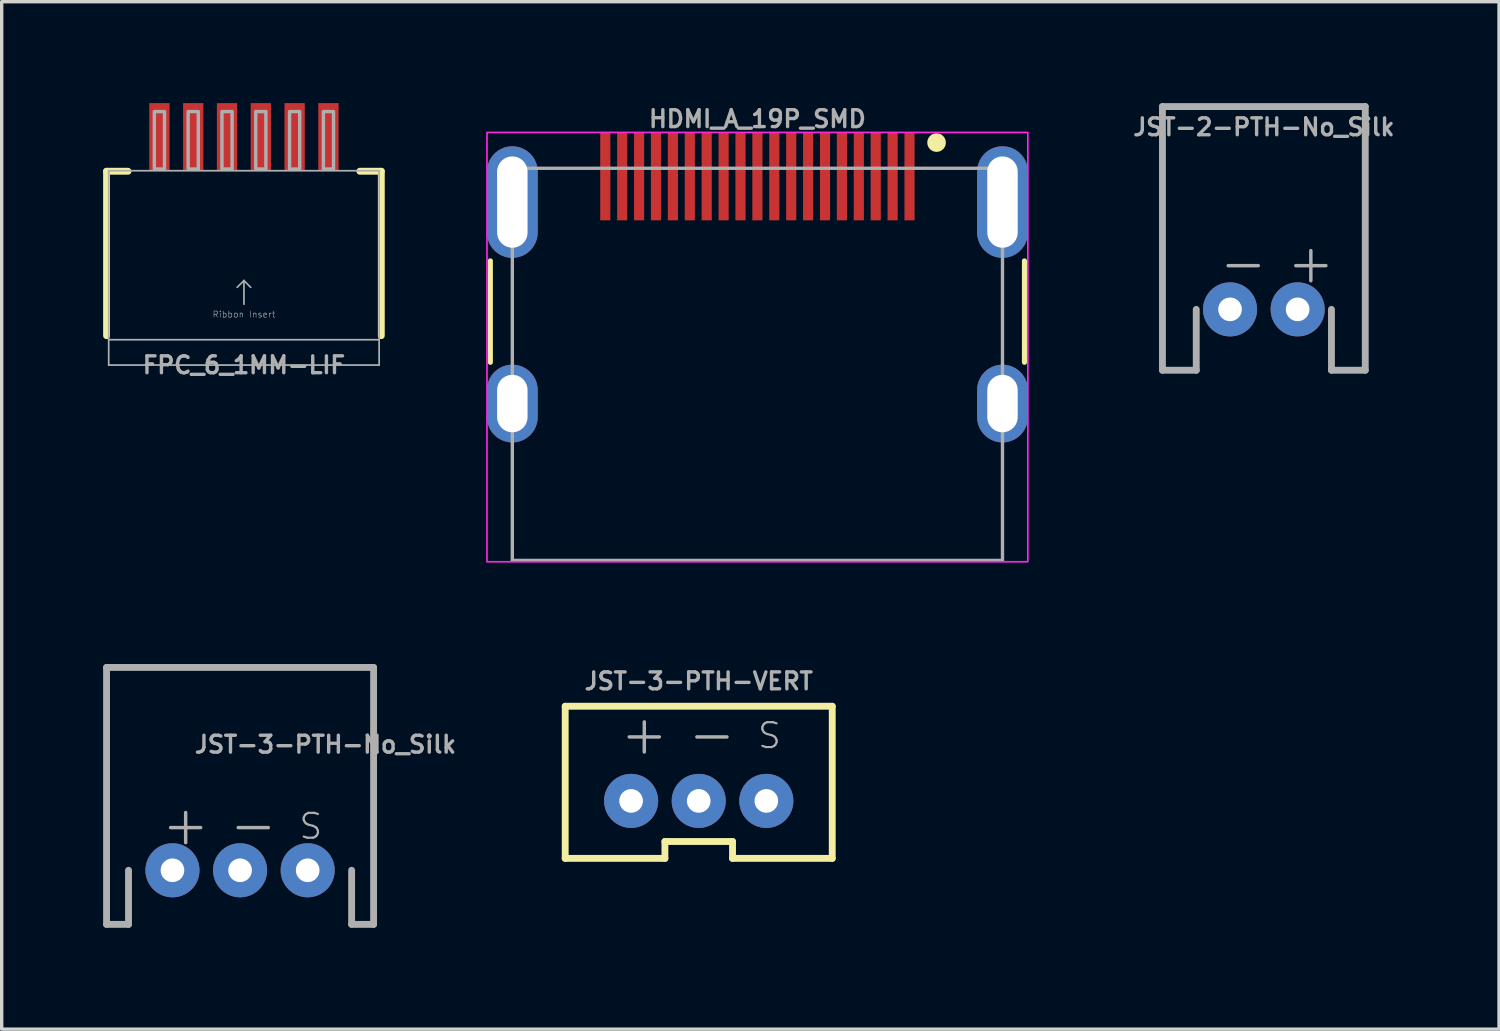
<source format=kicad_pcb>
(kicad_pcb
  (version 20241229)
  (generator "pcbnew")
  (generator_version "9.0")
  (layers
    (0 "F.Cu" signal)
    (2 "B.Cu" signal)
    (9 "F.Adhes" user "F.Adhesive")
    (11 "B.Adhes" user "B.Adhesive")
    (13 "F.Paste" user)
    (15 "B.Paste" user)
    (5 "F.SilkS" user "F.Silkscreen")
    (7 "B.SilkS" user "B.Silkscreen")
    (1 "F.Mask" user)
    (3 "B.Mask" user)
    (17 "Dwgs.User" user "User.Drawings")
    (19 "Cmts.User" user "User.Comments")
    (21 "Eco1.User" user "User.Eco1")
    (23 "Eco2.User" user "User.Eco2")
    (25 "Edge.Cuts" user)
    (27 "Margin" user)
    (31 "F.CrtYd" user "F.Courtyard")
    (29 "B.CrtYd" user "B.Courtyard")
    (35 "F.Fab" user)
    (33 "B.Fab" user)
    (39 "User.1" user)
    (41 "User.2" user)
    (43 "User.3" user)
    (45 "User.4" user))
  (footprint "FPC_6_1MM-LIF"
    (layer "F.Cu")
    (at 4.166 4)
    (property "Reference" "FPC_6_1MM-LIF" (at 0 3.75 0) (layer "F.Fab") (effects (font (size 0.5 0.5) (thickness 0.1) (bold yes))))
    (fp_line (start -4.064 -1.984) (end -4.064 2.88) (stroke (width 0.203) (type solid)) (layer "F.SilkS"))
    (fp_line (start -3.429 -1.984) (end -4.064 -1.984) (stroke (width 0.203) (type solid)) (layer "F.SilkS"))
    (fp_line (start 4.064 -1.984) (end 3.429 -1.984) (stroke (width 0.203) (type solid)) (layer "F.SilkS"))
    (fp_line (start 4.064 -1.984) (end 4.064 2.88) (stroke (width 0.203) (type solid)) (layer "F.SilkS"))
    (fp_line (start -4 -2) (end 4 -2) (stroke (width 0.051) (type solid)) (layer "F.Fab"))
    (fp_line (start -4 3) (end -4 -2) (stroke (width 0.051) (type solid)) (layer "F.Fab"))
    (fp_line (start -4 3) (end 4 3) (stroke (width 0.051) (type solid)) (layer "F.Fab"))
    (fp_line (start -4 3.75) (end -4 3) (stroke (width 0.051) (type solid)) (layer "F.Fab"))
    (fp_line (start 0 1.25) (end -0.2 1.45) (stroke (width 0.05) (type solid)) (layer "F.Fab"))
    (fp_line (start 0 1.25) (end 0.2 1.45) (stroke (width 0.05) (type solid)) (layer "F.Fab"))
    (fp_line (start 0 1.95) (end 0 1.25) (stroke (width 0.05) (type solid)) (layer "F.Fab"))
    (fp_line (start 4 -2) (end 4 3) (stroke (width 0.051) (type solid)) (layer "F.Fab"))
    (fp_line (start 4 3) (end 4 3.75) (stroke (width 0.051) (type solid)) (layer "F.Fab"))
    (fp_line (start 4 3.75) (end -4 3.75) (stroke (width 0.051) (type solid)) (layer "F.Fab"))
    (fp_poly (pts (xy -2.65 -2.05) (xy -2.35 -2.05) (xy -2.35 -3.75) (xy -2.65 -3.75)) (stroke (width 0.1) (type default)) (fill no) (layer "F.Fab"))
    (fp_poly (pts (xy -1.65 -2.05) (xy -1.35 -2.05) (xy -1.35 -3.75) (xy -1.65 -3.75)) (stroke (width 0.1) (type default)) (fill no) (layer "F.Fab"))
    (fp_poly (pts (xy -0.65 -2.05) (xy -0.35 -2.05) (xy -0.35 -3.75) (xy -0.65 -3.75)) (stroke (width 0.1) (type default)) (fill no) (layer "F.Fab"))
    (fp_poly (pts (xy 0.35 -2.05) (xy 0.65 -2.05) (xy 0.65 -3.75) (xy 0.35 -3.75)) (stroke (width 0.1) (type default)) (fill no) (layer "F.Fab"))
    (fp_poly (pts (xy 1.35 -2.05) (xy 1.65 -2.05) (xy 1.65 -3.75) (xy 1.35 -3.75)) (stroke (width 0.1) (type default)) (fill no) (layer "F.Fab"))
    (fp_poly (pts (xy 2.35 -2.05) (xy 2.65 -2.05) (xy 2.65 -3.75) (xy 2.35 -3.75)) (stroke (width 0.1) (type default)) (fill no) (layer "F.Fab"))
    (fp_text user "Ribbon Insert" (at 0 2.25 0) (layer "F.Fab") (effects (font (size 0.184 0.184) (thickness 0.016))))
    (pad "1" smd rect (at -2.5 -3 90) (size 2 0.6) (layers "F.Cu" "F.Mask" "F.Paste"))
    (pad "2" smd rect (at -1.5 -3 90) (size 2 0.6) (layers "F.Cu" "F.Mask" "F.Paste"))
    (pad "3" smd rect (at -0.5 -3 90) (size 2 0.6) (layers "F.Cu" "F.Mask" "F.Paste"))
    (pad "4" smd rect (at 0.5 -3 90) (size 2 0.6) (layers "F.Cu" "F.Mask" "F.Paste"))
    (pad "5" smd rect (at 1.5 -3 90) (size 2 0.6) (layers "F.Cu" "F.Mask" "F.Paste"))
    (pad "6" smd rect (at 2.5 -3 90) (size 2 0.6) (layers "F.Cu" "F.Mask" "F.Paste")))
  (footprint "JST-3-PTH-VERT"
    (layer "F.Cu")
    (at 17.62 20.093)
    (property "Reference" "JST-3-PTH-VERT" (at 0 -2.7 0) (layer "F.Fab") (effects (font (size 0.5 0.5) (thickness 0.1)) (justify bottom)))
    (fp_line (start -3.95 -2.25) (end 3.95 -2.25) (stroke (width 0.203) (type solid)) (layer "F.SilkS"))
    (fp_line (start -3.95 2.25) (end -3.95 -2.25) (stroke (width 0.203) (type solid)) (layer "F.SilkS"))
    (fp_line (start -1 1.75) (end -1 2.25) (stroke (width 0.203) (type solid)) (layer "F.SilkS"))
    (fp_line (start -1 1.75) (end 1 1.75) (stroke (width 0.203) (type solid)) (layer "F.SilkS"))
    (fp_line (start -1 2.25) (end -3.95 2.25) (stroke (width 0.203) (type solid)) (layer "F.SilkS"))
    (fp_line (start 1 1.75) (end 1 2.25) (stroke (width 0.203) (type solid)) (layer "F.SilkS"))
    (fp_line (start 3.95 -2.25) (end 3.95 2.25) (stroke (width 0.203) (type solid)) (layer "F.SilkS"))
    (fp_line (start 3.95 2.25) (end 1 2.25) (stroke (width 0.203) (type solid)) (layer "F.SilkS"))
    (fp_text user "S" (at 1.7 -0.95 0) (layer "F.Fab") (effects (font (size 0.736 0.736) (thickness 0.064)) (justify left bottom)))
    (fp_text user "-" (at -0.4 -0.75 0) (layer "F.Fab") (effects (font (size 1.168 1.168) (thickness 0.102)) (justify left bottom)))
    (fp_text user "+" (at -2.4 -0.75 0) (layer "F.Fab") (effects (font (size 1.168 1.168) (thickness 0.102)) (justify left bottom)))
    (pad "1" thru_hole circle (at -2 0.55) (size 1.6 1.6) (drill 0.7) (layers "*.Cu" "*.Mask"))
    (pad "2" thru_hole circle (at 0 0.55) (size 1.6 1.6) (drill 0.7) (layers "*.Cu" "*.Mask"))
    (pad "3" thru_hole circle (at 2 0.55) (size 1.6 1.6) (drill 0.7) (layers "*.Cu" "*.Mask")))
  (footprint "HDMI_A_19P_SMD"
    (layer "F.Cu")
    (at 19.356 2.168)
    (property "Reference" "HDMI_A_19P_SMD" (at 0 -1.7 0) (unlocked yes) (layer "F.Fab") (effects (font (size 0.5 0.5) (thickness 0.1))))
    (attr smd)
    (fp_line (start -7.9 2.5) (end -7.9 5.5) (stroke (width 0.15) (type default)) (layer "F.SilkS"))
    (fp_line (start 7.9 2.5) (end 7.9 5.5) (stroke (width 0.15) (type default)) (layer "F.SilkS"))
    (fp_circle (center 5.3 -1) (end 5.5 -1) (stroke (width 0.15) (type solid)) (fill yes) (layer "F.SilkS"))
    (fp_rect (start -8 -1.3) (end 8 11.4) (stroke (width 0.05) (type default)) (fill no) (layer "F.CrtYd"))
    (fp_line (start -7.25 -0.24) (end 7.25 -0.24) (stroke (width 0.1) (type default)) (layer "F.Fab"))
    (fp_line (start -7.25 11.36) (end -7.25 -0.24) (stroke (width 0.1) (type default)) (layer "F.Fab"))
    (fp_line (start -7.25 11.36) (end 7.25 11.36) (stroke (width 0.1) (type default)) (layer "F.Fab"))
    (fp_line (start 7.25 -0.24) (end 7.25 11.36) (stroke (width 0.1) (type default)) (layer "F.Fab"))
    (pad "1" smd rect (at 4.5 0 180) (size 0.3 2.6) (layers "F.Cu" "F.Mask" "F.Paste"))
    (pad "2" smd rect (at 4 0 180) (size 0.3 2.6) (layers "F.Cu" "F.Mask" "F.Paste"))
    (pad "3" smd rect (at 3.5 0 180) (size 0.3 2.6) (layers "F.Cu" "F.Mask" "F.Paste"))
    (pad "4" smd rect (at 3 0 180) (size 0.3 2.6) (layers "F.Cu" "F.Mask" "F.Paste"))
    (pad "5" smd rect (at 2.5 0 180) (size 0.3 2.6) (layers "F.Cu" "F.Mask" "F.Paste"))
    (pad "6" smd rect (at 2 0 180) (size 0.3 2.6) (layers "F.Cu" "F.Mask" "F.Paste"))
    (pad "7" smd rect (at 1.5 0 180) (size 0.3 2.6) (layers "F.Cu" "F.Mask" "F.Paste"))
    (pad "8" smd rect (at 1 0 180) (size 0.3 2.6) (layers "F.Cu" "F.Mask" "F.Paste"))
    (pad "9" smd rect (at 0.5 0 180) (size 0.3 2.6) (layers "F.Cu" "F.Mask" "F.Paste"))
    (pad "10" smd rect (at 0 0 180) (size 0.3 2.6) (layers "F.Cu" "F.Mask" "F.Paste"))
    (pad "11" smd rect (at -0.5 0 180) (size 0.3 2.6) (layers "F.Cu" "F.Mask" "F.Paste"))
    (pad "12" smd rect (at -1 0 180) (size 0.3 2.6) (layers "F.Cu" "F.Mask" "F.Paste"))
    (pad "13" smd rect (at -1.5 0 180) (size 0.3 2.6) (layers "F.Cu" "F.Mask" "F.Paste"))
    (pad "14" smd rect (at -2 0 180) (size 0.3 2.6) (layers "F.Cu" "F.Mask" "F.Paste"))
    (pad "15" smd rect (at -2.5 0 180) (size 0.3 2.6) (layers "F.Cu" "F.Mask" "F.Paste"))
    (pad "16" smd rect (at -3 0 180) (size 0.3 2.6) (layers "F.Cu" "F.Mask" "F.Paste"))
    (pad "17" smd rect (at -3.5 0 180) (size 0.3 2.6) (layers "F.Cu" "F.Mask" "F.Paste"))
    (pad "18" smd rect (at -4 0 180) (size 0.3 2.6) (layers "F.Cu" "F.Mask" "F.Paste"))
    (pad "19" smd rect (at -4.5 0 180) (size 0.3 2.6) (layers "F.Cu" "F.Mask" "F.Paste"))
    (pad "SH" thru_hole oval (at -7.25 0.76) (size 1.5 3.3) (drill oval 0.9 2.7) (layers "*.Cu" "*.Mask" "F.Paste") (remove_unused_layers yes) (keep_end_layers yes) (zone_layer_connections))
    (pad "SH" thru_hole oval (at -7.25 6.72) (size 1.5 2.3) (drill oval 0.9 1.7) (layers "*.Cu" "*.Mask" "F.Paste") (remove_unused_layers yes) (keep_end_layers yes) (zone_layer_connections))
    (pad "SH" thru_hole oval (at 7.25 0.76) (size 1.5 3.3) (drill oval 0.9 2.7) (layers "*.Cu" "*.Mask" "F.Paste") (remove_unused_layers yes) (keep_end_layers yes) (zone_layer_connections))
    (pad "SH" thru_hole oval (at 7.25 6.72) (size 1.5 2.3) (drill oval 0.9 1.7) (layers "*.Cu" "*.Mask" "F.Paste") (remove_unused_layers yes) (keep_end_layers yes) (zone_layer_connections)))
  (footprint "JST-2-PTH-No_Silk"
    (layer "F.Cu")
    (at 34.338 6.102)
    (property "Reference" "JST-2-PTH-No_Silk" (at 0 -5.1 0) (layer "F.Fab") (effects (font (size 0.5 0.5) (thickness 0.1)) (justify bottom)))
    (fp_line (start -3 -6) (end 3 -6) (stroke (width 0.203) (type solid)) (layer "F.Fab"))
    (fp_line (start -3 1.8) (end -3 -6) (stroke (width 0.203) (type solid)) (layer "F.Fab"))
    (fp_line (start -2 0) (end -2 1.8) (stroke (width 0.203) (type solid)) (layer "F.Fab"))
    (fp_line (start -2 1.8) (end -3 1.8) (stroke (width 0.203) (type solid)) (layer "F.Fab"))
    (fp_line (start 2 1.8) (end 2 0) (stroke (width 0.203) (type solid)) (layer "F.Fab"))
    (fp_line (start 3 -6) (end 3 1.8) (stroke (width 0.203) (type solid)) (layer "F.Fab"))
    (fp_line (start 3 1.8) (end 2 1.8) (stroke (width 0.203) (type solid)) (layer "F.Fab"))
    (fp_text user "-" (at -1.4 -0.7 0) (layer "F.Fab") (effects (font (size 1.168 1.168) (thickness 0.102)) (justify left bottom)))
    (fp_text user "+" (at 0.6 -0.7 0) (layer "F.Fab") (effects (font (size 1.168 1.168) (thickness 0.102)) (justify left bottom)))
    (pad "1" thru_hole circle (at -1 0) (size 1.6 1.6) (drill 0.7) (layers "*.Cu" "*.Mask"))
    (pad "2" thru_hole circle (at 1 0) (size 1.6 1.6) (drill 0.7) (layers "*.Cu" "*.Mask")))
  (footprint "JST-3-PTH-No_Silk"
    (layer "F.Cu")
    (at 4.052 22.695)
    (property "Reference" "JST-3-PTH-No_Silk" (at -1.397 -3.429 0) (layer "F.Fab") (effects (font (size 0.5 0.5) (thickness 0.1)) (justify left bottom)))
    (fp_line (start -3.95 -6) (end 3.95 -6) (stroke (width 0.203) (type solid)) (layer "F.Fab"))
    (fp_line (start -3.95 1.6) (end -3.95 -6) (stroke (width 0.203) (type solid)) (layer "F.Fab"))
    (fp_line (start -3.95 1.6) (end -3.3 1.6) (stroke (width 0.203) (type solid)) (layer "F.Fab"))
    (fp_line (start -3.3 1.6) (end -3.3 0) (stroke (width 0.203) (type solid)) (layer "F.Fab"))
    (fp_line (start 3.3 1.6) (end 3.3 0) (stroke (width 0.203) (type solid)) (layer "F.Fab"))
    (fp_line (start 3.95 -6) (end 3.95 1.6) (stroke (width 0.203) (type solid)) (layer "F.Fab"))
    (fp_line (start 3.95 1.6) (end 3.3 1.6) (stroke (width 0.203) (type solid)) (layer "F.Fab"))
    (fp_text user "S" (at 1.7 -0.87 0) (layer "F.Fab") (effects (font (size 0.736 0.736) (thickness 0.064)) (justify left bottom)))
    (fp_text user "-" (at -0.4 -0.67 0) (layer "F.Fab") (effects (font (size 1.168 1.168) (thickness 0.102)) (justify left bottom)))
    (fp_text user "+" (at -2.4 -0.67 0) (layer "F.Fab") (effects (font (size 1.168 1.168) (thickness 0.102)) (justify left bottom)))
    (pad "1" thru_hole circle (at -2 0) (size 1.6 1.6) (drill 0.7) (layers "*.Cu" "*.Mask"))
    (pad "2" thru_hole circle (at 0 0) (size 1.6 1.6) (drill 0.7) (layers "*.Cu" "*.Mask"))
    (pad "3" thru_hole circle (at 2 0) (size 1.6 1.6) (drill 0.7) (layers "*.Cu" "*.Mask")))
  (gr_rect
    (start -3 -3)
    (end 41.295 27.396)
    (stroke (width 0.1) (type default))
    (fill no)
    (layer "Edge.Cuts")))
</source>
